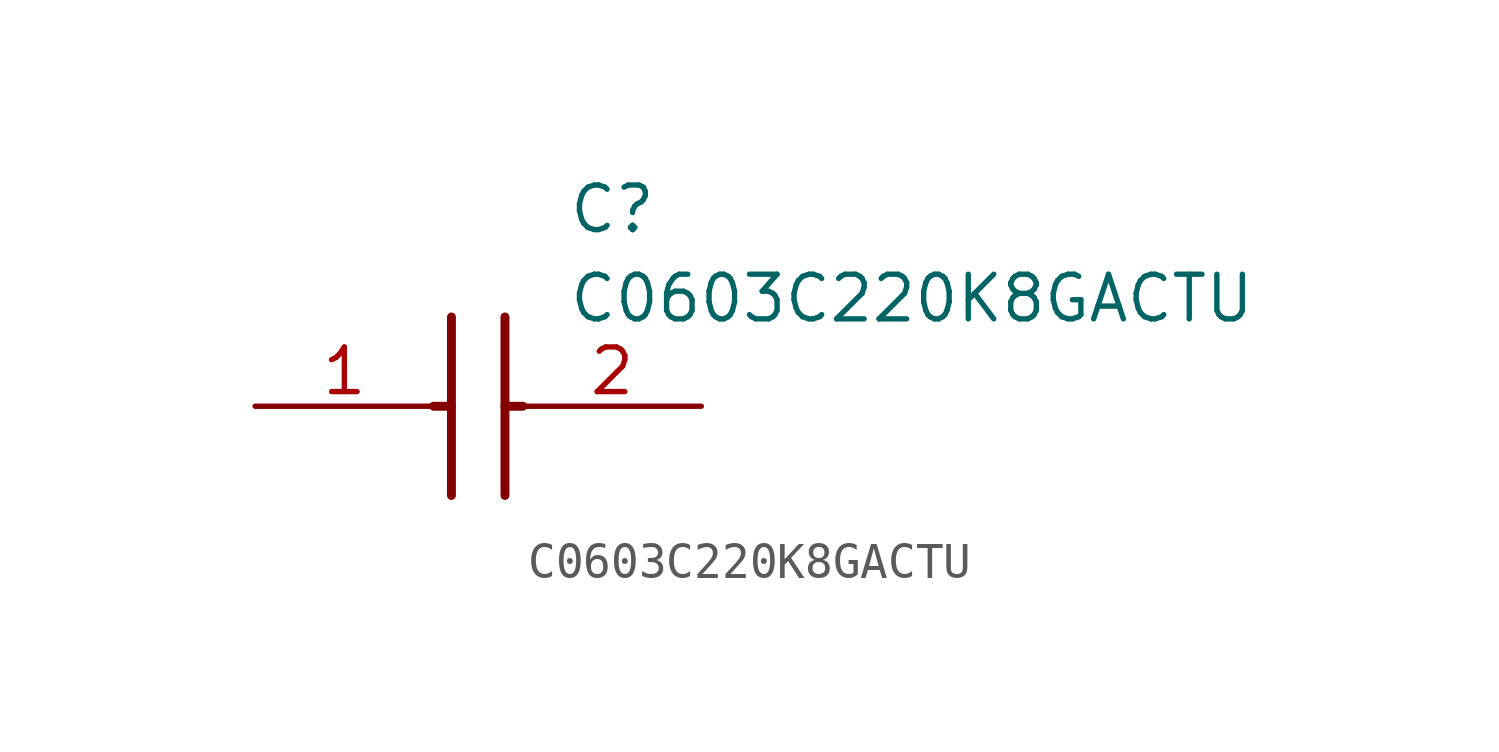
<source format=kicad_sym>
(kicad_symbol_lib
  (version 20211014)
  (generator SamacSys_ECAD_Model)
  (symbol "C0603C220K8GACTU"
    (pin_names hide)
    (property "Reference" "C"
      (at 8.89 6.35 0)
      (effects (font (size 1.27 1.27)) (justify left top)))
    (property "Value" "C0603C220K8GACTU"
      (at 8.89 3.81 0)
      (effects (font (size 1.27 1.27)) (justify left top)))
    (polyline
      (pts (xy 5.588 2.54) (xy 5.588 -2.54))
      (stroke (width 0.254) (type default))
      (fill (type none)))
    (polyline
      (pts (xy 7.112 2.54) (xy 7.112 -2.54))
      (stroke (width 0.254) (type default))
      (fill (type none)))
    (polyline
      (pts (xy 5.08 0) (xy 5.588 0))
      (stroke (width 0.254) (type default))
      (fill (type none)))
    (polyline
      (pts (xy 7.112 0) (xy 7.62 0))
      (stroke (width 0.254) (type default))
      (fill (type none)))
    (pin passive line
      (at 0 0 0)
      (length 5.08)
      (name "1" (effects (font (size 1.27 1.27))))
      (number "1" (effects (font (size 1.27 1.27)))))
    (pin passive line
      (at 12.7 0 180)
      (length 5.08)
      (name "2" (effects (font (size 1.27 1.27))))
      (number "2" (effects (font (size 1.27 1.27)))))))
</source>
